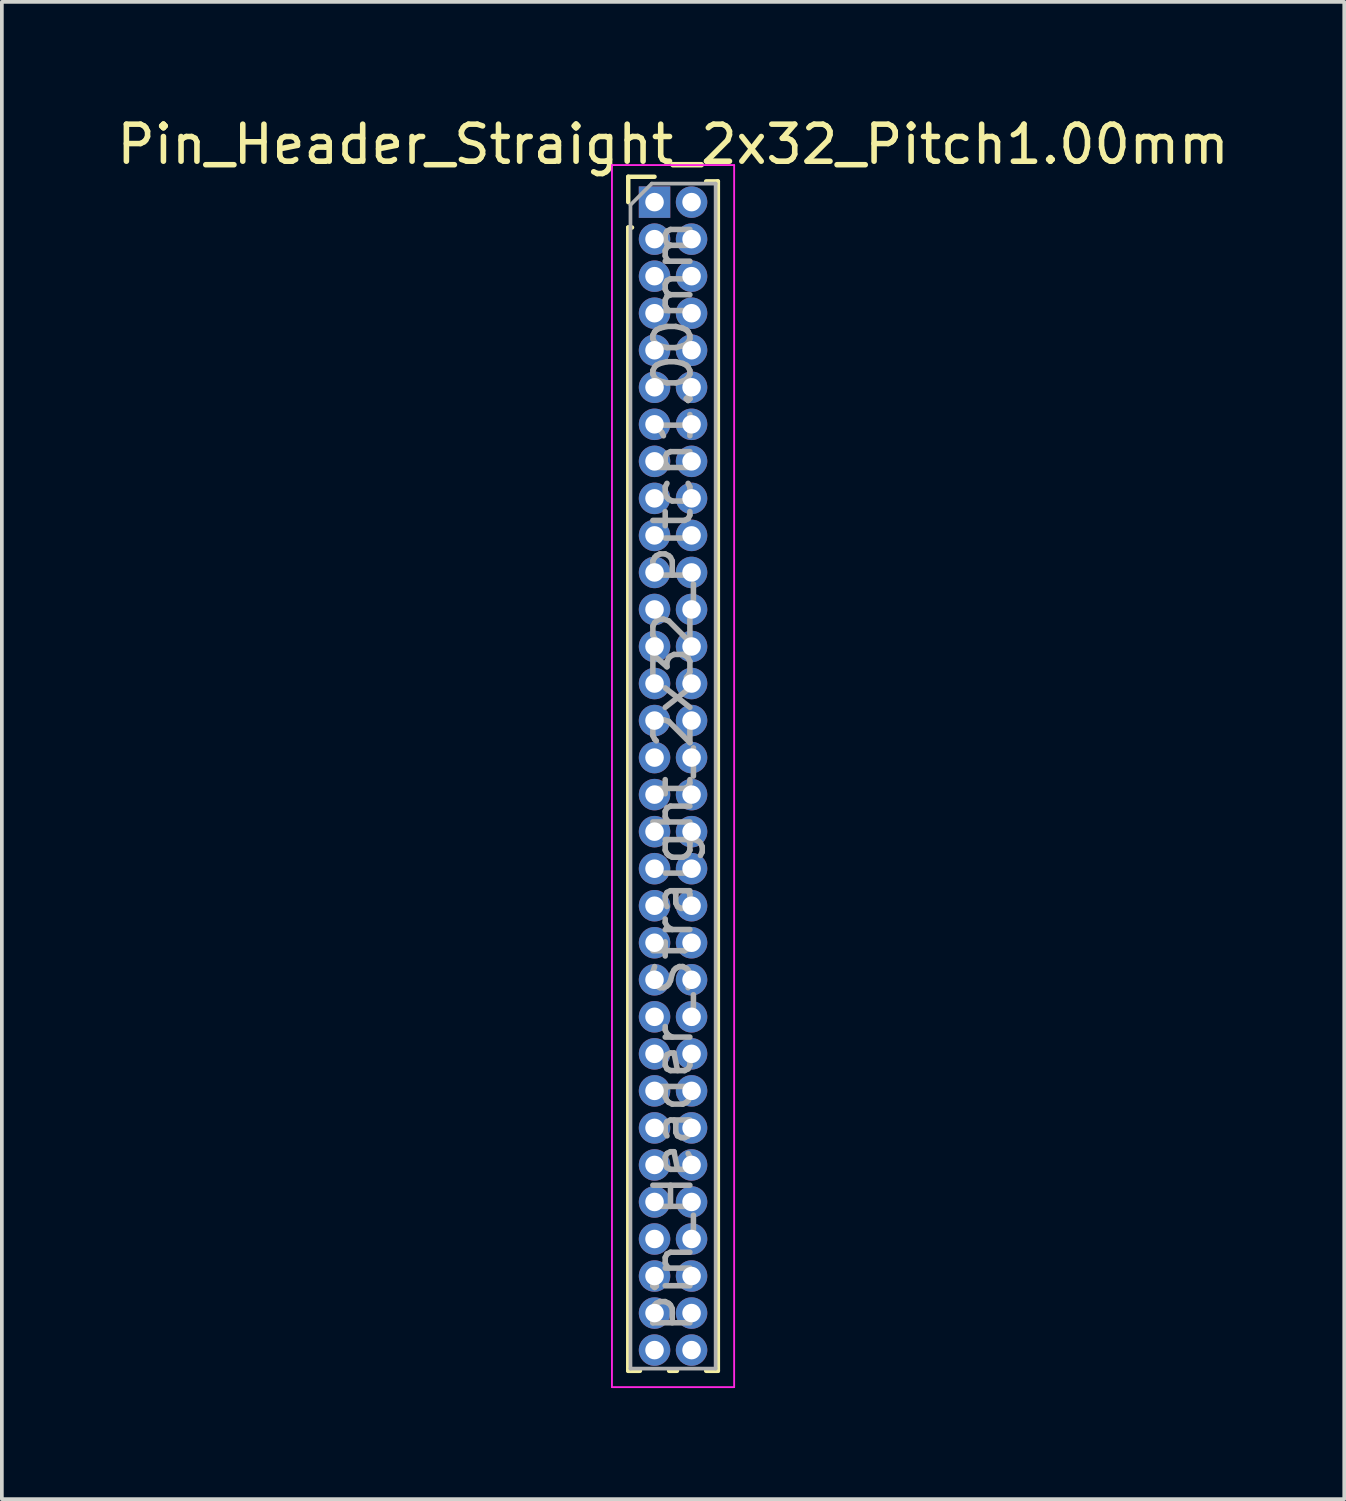
<source format=kicad_pcb>
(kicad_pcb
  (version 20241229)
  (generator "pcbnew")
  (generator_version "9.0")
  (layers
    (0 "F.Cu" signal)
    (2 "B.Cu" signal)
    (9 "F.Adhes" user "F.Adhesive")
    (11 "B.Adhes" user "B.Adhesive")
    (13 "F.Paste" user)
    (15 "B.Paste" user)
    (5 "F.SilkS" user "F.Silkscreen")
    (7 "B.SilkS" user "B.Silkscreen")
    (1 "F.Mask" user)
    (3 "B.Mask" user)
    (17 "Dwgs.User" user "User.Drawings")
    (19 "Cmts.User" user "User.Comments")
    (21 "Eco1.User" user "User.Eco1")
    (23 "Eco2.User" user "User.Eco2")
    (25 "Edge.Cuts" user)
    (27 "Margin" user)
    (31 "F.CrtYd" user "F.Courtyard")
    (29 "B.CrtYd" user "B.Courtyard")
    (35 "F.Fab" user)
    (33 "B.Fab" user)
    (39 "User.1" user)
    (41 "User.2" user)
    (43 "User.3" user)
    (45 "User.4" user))
  (footprint "Pin_Header_Straight_2x32_Pitch1.00mm"
    (layer "F.Cu")
    (at 14.625 2.408)
    (property "Reference" "Pin_Header_Straight_2x32_Pitch1.00mm" (at 0.5 -1.56 0) (layer "F.SilkS") (effects (font (size 1 1) (thickness 0.15))))
    (attr through_hole)
    (fp_line (start -0.71 -0.685) (end 0 -0.685) (stroke (width 0.12) (type solid)) (layer "F.SilkS"))
    (fp_line (start -0.71 0) (end -0.71 -0.685) (stroke (width 0.12) (type solid)) (layer "F.SilkS"))
    (fp_line (start -0.71 0.685) (end -0.71 31.56) (stroke (width 0.12) (type solid)) (layer "F.SilkS"))
    (fp_line (start -0.71 0.685) (end -0.608 0.685) (stroke (width 0.12) (type solid)) (layer "F.SilkS"))
    (fp_line (start -0.71 31.56) (end -0.394 31.56) (stroke (width 0.12) (type solid)) (layer "F.SilkS"))
    (fp_line (start 0.394 31.56) (end 0.606 31.56) (stroke (width 0.12) (type solid)) (layer "F.SilkS"))
    (fp_line (start 1.394 -0.56) (end 1.71 -0.56) (stroke (width 0.12) (type solid)) (layer "F.SilkS"))
    (fp_line (start 1.394 31.56) (end 1.71 31.56) (stroke (width 0.12) (type solid)) (layer "F.SilkS"))
    (fp_line (start 1.71 -0.56) (end 1.71 31.56) (stroke (width 0.12) (type solid)) (layer "F.SilkS"))
    (fp_line (start -1.15 -1) (end -1.15 32) (stroke (width 0.05) (type solid)) (layer "F.CrtYd"))
    (fp_line (start -1.15 32) (end 2.15 32) (stroke (width 0.05) (type solid)) (layer "F.CrtYd"))
    (fp_line (start 2.15 -1) (end -1.15 -1) (stroke (width 0.05) (type solid)) (layer "F.CrtYd"))
    (fp_line (start 2.15 32) (end 2.15 -1) (stroke (width 0.05) (type solid)) (layer "F.CrtYd"))
    (fp_line (start -0.65 0.075) (end -0.075 -0.5) (stroke (width 0.1) (type solid)) (layer "F.Fab"))
    (fp_line (start -0.65 31.5) (end -0.65 0.075) (stroke (width 0.1) (type solid)) (layer "F.Fab"))
    (fp_line (start -0.075 -0.5) (end 1.65 -0.5) (stroke (width 0.1) (type solid)) (layer "F.Fab"))
    (fp_line (start 1.65 -0.5) (end 1.65 31.5) (stroke (width 0.1) (type solid)) (layer "F.Fab"))
    (fp_line (start 1.65 31.5) (end -0.65 31.5) (stroke (width 0.1) (type solid)) (layer "F.Fab"))
    (fp_text user "${REFERENCE}" (at 0.5 15.5 90) (layer "F.Fab") (effects (font (size 1 1) (thickness 0.15))))
    (pad "1" thru_hole rect (at 0 0) (size 0.85 0.85) (drill 0.5) (layers "*.Cu" "*.Mask"))
    (pad "2" thru_hole oval (at 1 0) (size 0.85 0.85) (drill 0.5) (layers "*.Cu" "*.Mask"))
    (pad "3" thru_hole oval (at 0 1) (size 0.85 0.85) (drill 0.5) (layers "*.Cu" "*.Mask"))
    (pad "4" thru_hole oval (at 1 1) (size 0.85 0.85) (drill 0.5) (layers "*.Cu" "*.Mask"))
    (pad "5" thru_hole oval (at 0 2) (size 0.85 0.85) (drill 0.5) (layers "*.Cu" "*.Mask"))
    (pad "6" thru_hole oval (at 1 2) (size 0.85 0.85) (drill 0.5) (layers "*.Cu" "*.Mask"))
    (pad "7" thru_hole oval (at 0 3) (size 0.85 0.85) (drill 0.5) (layers "*.Cu" "*.Mask"))
    (pad "8" thru_hole oval (at 1 3) (size 0.85 0.85) (drill 0.5) (layers "*.Cu" "*.Mask"))
    (pad "9" thru_hole oval (at 0 4) (size 0.85 0.85) (drill 0.5) (layers "*.Cu" "*.Mask"))
    (pad "10" thru_hole oval (at 1 4) (size 0.85 0.85) (drill 0.5) (layers "*.Cu" "*.Mask"))
    (pad "11" thru_hole oval (at 0 5) (size 0.85 0.85) (drill 0.5) (layers "*.Cu" "*.Mask"))
    (pad "12" thru_hole oval (at 1 5) (size 0.85 0.85) (drill 0.5) (layers "*.Cu" "*.Mask"))
    (pad "13" thru_hole oval (at 0 6) (size 0.85 0.85) (drill 0.5) (layers "*.Cu" "*.Mask"))
    (pad "14" thru_hole oval (at 1 6) (size 0.85 0.85) (drill 0.5) (layers "*.Cu" "*.Mask"))
    (pad "15" thru_hole oval (at 0 7) (size 0.85 0.85) (drill 0.5) (layers "*.Cu" "*.Mask"))
    (pad "16" thru_hole oval (at 1 7) (size 0.85 0.85) (drill 0.5) (layers "*.Cu" "*.Mask"))
    (pad "17" thru_hole oval (at 0 8) (size 0.85 0.85) (drill 0.5) (layers "*.Cu" "*.Mask"))
    (pad "18" thru_hole oval (at 1 8) (size 0.85 0.85) (drill 0.5) (layers "*.Cu" "*.Mask"))
    (pad "19" thru_hole oval (at 0 9) (size 0.85 0.85) (drill 0.5) (layers "*.Cu" "*.Mask"))
    (pad "20" thru_hole oval (at 1 9) (size 0.85 0.85) (drill 0.5) (layers "*.Cu" "*.Mask"))
    (pad "21" thru_hole oval (at 0 10) (size 0.85 0.85) (drill 0.5) (layers "*.Cu" "*.Mask"))
    (pad "22" thru_hole oval (at 1 10) (size 0.85 0.85) (drill 0.5) (layers "*.Cu" "*.Mask"))
    (pad "23" thru_hole oval (at 0 11) (size 0.85 0.85) (drill 0.5) (layers "*.Cu" "*.Mask"))
    (pad "24" thru_hole oval (at 1 11) (size 0.85 0.85) (drill 0.5) (layers "*.Cu" "*.Mask"))
    (pad "25" thru_hole oval (at 0 12) (size 0.85 0.85) (drill 0.5) (layers "*.Cu" "*.Mask"))
    (pad "26" thru_hole oval (at 1 12) (size 0.85 0.85) (drill 0.5) (layers "*.Cu" "*.Mask"))
    (pad "27" thru_hole oval (at 0 13) (size 0.85 0.85) (drill 0.5) (layers "*.Cu" "*.Mask"))
    (pad "28" thru_hole oval (at 1 13) (size 0.85 0.85) (drill 0.5) (layers "*.Cu" "*.Mask"))
    (pad "29" thru_hole oval (at 0 14) (size 0.85 0.85) (drill 0.5) (layers "*.Cu" "*.Mask"))
    (pad "30" thru_hole oval (at 1 14) (size 0.85 0.85) (drill 0.5) (layers "*.Cu" "*.Mask"))
    (pad "31" thru_hole oval (at 0 15) (size 0.85 0.85) (drill 0.5) (layers "*.Cu" "*.Mask"))
    (pad "32" thru_hole oval (at 1 15) (size 0.85 0.85) (drill 0.5) (layers "*.Cu" "*.Mask"))
    (pad "33" thru_hole oval (at 0 16) (size 0.85 0.85) (drill 0.5) (layers "*.Cu" "*.Mask"))
    (pad "34" thru_hole oval (at 1 16) (size 0.85 0.85) (drill 0.5) (layers "*.Cu" "*.Mask"))
    (pad "35" thru_hole oval (at 0 17) (size 0.85 0.85) (drill 0.5) (layers "*.Cu" "*.Mask"))
    (pad "36" thru_hole oval (at 1 17) (size 0.85 0.85) (drill 0.5) (layers "*.Cu" "*.Mask"))
    (pad "37" thru_hole oval (at 0 18) (size 0.85 0.85) (drill 0.5) (layers "*.Cu" "*.Mask"))
    (pad "38" thru_hole oval (at 1 18) (size 0.85 0.85) (drill 0.5) (layers "*.Cu" "*.Mask"))
    (pad "39" thru_hole oval (at 0 19) (size 0.85 0.85) (drill 0.5) (layers "*.Cu" "*.Mask"))
    (pad "40" thru_hole oval (at 1 19) (size 0.85 0.85) (drill 0.5) (layers "*.Cu" "*.Mask"))
    (pad "41" thru_hole oval (at 0 20) (size 0.85 0.85) (drill 0.5) (layers "*.Cu" "*.Mask"))
    (pad "42" thru_hole oval (at 1 20) (size 0.85 0.85) (drill 0.5) (layers "*.Cu" "*.Mask"))
    (pad "43" thru_hole oval (at 0 21) (size 0.85 0.85) (drill 0.5) (layers "*.Cu" "*.Mask"))
    (pad "44" thru_hole oval (at 1 21) (size 0.85 0.85) (drill 0.5) (layers "*.Cu" "*.Mask"))
    (pad "45" thru_hole oval (at 0 22) (size 0.85 0.85) (drill 0.5) (layers "*.Cu" "*.Mask"))
    (pad "46" thru_hole oval (at 1 22) (size 0.85 0.85) (drill 0.5) (layers "*.Cu" "*.Mask"))
    (pad "47" thru_hole oval (at 0 23) (size 0.85 0.85) (drill 0.5) (layers "*.Cu" "*.Mask"))
    (pad "48" thru_hole oval (at 1 23) (size 0.85 0.85) (drill 0.5) (layers "*.Cu" "*.Mask"))
    (pad "49" thru_hole oval (at 0 24) (size 0.85 0.85) (drill 0.5) (layers "*.Cu" "*.Mask"))
    (pad "50" thru_hole oval (at 1 24) (size 0.85 0.85) (drill 0.5) (layers "*.Cu" "*.Mask"))
    (pad "51" thru_hole oval (at 0 25) (size 0.85 0.85) (drill 0.5) (layers "*.Cu" "*.Mask"))
    (pad "52" thru_hole oval (at 1 25) (size 0.85 0.85) (drill 0.5) (layers "*.Cu" "*.Mask"))
    (pad "53" thru_hole oval (at 0 26) (size 0.85 0.85) (drill 0.5) (layers "*.Cu" "*.Mask"))
    (pad "54" thru_hole oval (at 1 26) (size 0.85 0.85) (drill 0.5) (layers "*.Cu" "*.Mask"))
    (pad "55" thru_hole oval (at 0 27) (size 0.85 0.85) (drill 0.5) (layers "*.Cu" "*.Mask"))
    (pad "56" thru_hole oval (at 1 27) (size 0.85 0.85) (drill 0.5) (layers "*.Cu" "*.Mask"))
    (pad "57" thru_hole oval (at 0 28) (size 0.85 0.85) (drill 0.5) (layers "*.Cu" "*.Mask"))
    (pad "58" thru_hole oval (at 1 28) (size 0.85 0.85) (drill 0.5) (layers "*.Cu" "*.Mask"))
    (pad "59" thru_hole oval (at 0 29) (size 0.85 0.85) (drill 0.5) (layers "*.Cu" "*.Mask"))
    (pad "60" thru_hole oval (at 1 29) (size 0.85 0.85) (drill 0.5) (layers "*.Cu" "*.Mask"))
    (pad "61" thru_hole oval (at 0 30) (size 0.85 0.85) (drill 0.5) (layers "*.Cu" "*.Mask"))
    (pad "62" thru_hole oval (at 1 30) (size 0.85 0.85) (drill 0.5) (layers "*.Cu" "*.Mask"))
    (pad "63" thru_hole oval (at 0 31) (size 0.85 0.85) (drill 0.5) (layers "*.Cu" "*.Mask"))
    (pad "64" thru_hole oval (at 1 31) (size 0.85 0.85) (drill 0.5) (layers "*.Cu" "*.Mask")))
  (gr_rect
    (start -3 -3)
    (end 33.25 37.433)
    (stroke (width 0.1) (type default))
    (fill no)
    (layer "Edge.Cuts")))
</source>
